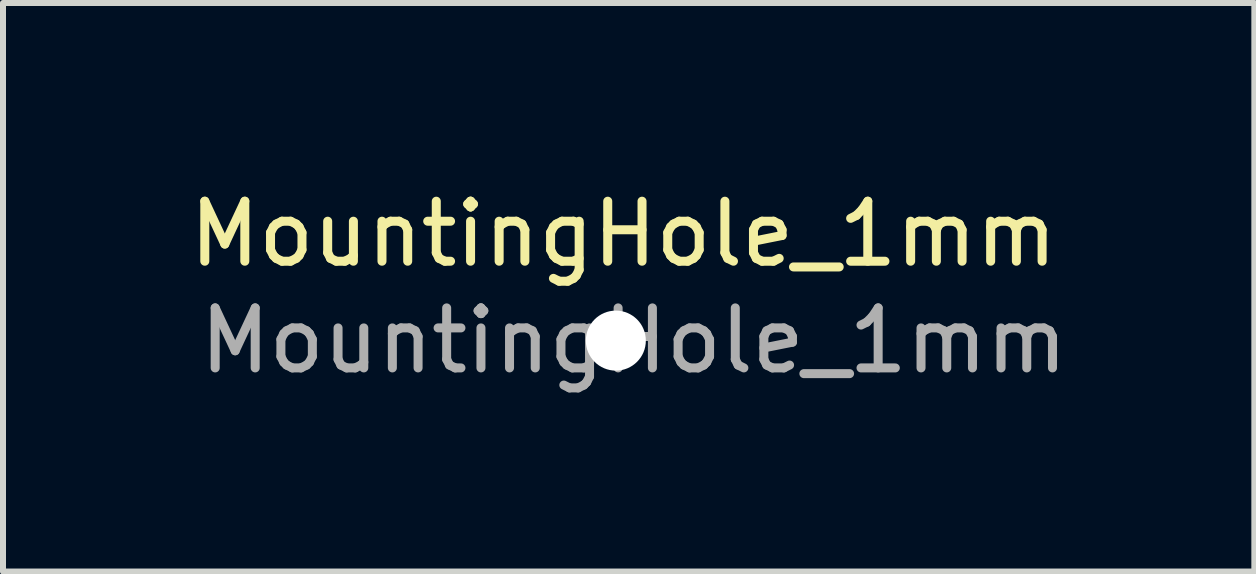
<source format=kicad_pcb>
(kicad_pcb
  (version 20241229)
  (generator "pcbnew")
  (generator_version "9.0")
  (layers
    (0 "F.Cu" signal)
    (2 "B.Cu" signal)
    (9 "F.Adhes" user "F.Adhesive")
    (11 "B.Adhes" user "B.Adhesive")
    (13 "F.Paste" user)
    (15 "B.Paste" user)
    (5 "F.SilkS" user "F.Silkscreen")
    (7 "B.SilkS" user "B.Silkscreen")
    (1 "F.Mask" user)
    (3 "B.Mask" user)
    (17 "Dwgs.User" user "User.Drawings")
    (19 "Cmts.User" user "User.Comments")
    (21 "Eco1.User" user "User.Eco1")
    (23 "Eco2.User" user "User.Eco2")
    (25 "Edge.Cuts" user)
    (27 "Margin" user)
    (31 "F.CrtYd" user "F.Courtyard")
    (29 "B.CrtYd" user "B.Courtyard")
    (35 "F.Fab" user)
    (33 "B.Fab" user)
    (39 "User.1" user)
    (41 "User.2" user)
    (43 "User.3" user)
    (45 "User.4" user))
  (footprint "MountingHole_1mm"
    (layer "F.Cu")
    (at 7.212 2.626)
    (property "Reference" "MountingHole_1mm" (at 0.127 -1.778 0) (layer "F.SilkS") (effects (font (size 1 1) (thickness 0.15))))
    (attr exclude_from_pos_files exclude_from_bom)
    (fp_text user "${REFERENCE}" (at 0.3 0 0) (layer "F.Fab") (effects (font (size 1 1) (thickness 0.15))))
    (pad "" np_thru_hole circle (at 0 0) (size 1 1) (drill 1) (layers "*.Cu" "*.Mask")))
  (gr_rect
    (start -3 -3)
    (end 17.852 6.474)
    (stroke (width 0.1) (type default))
    (fill no)
    (layer "Edge.Cuts")))
</source>
